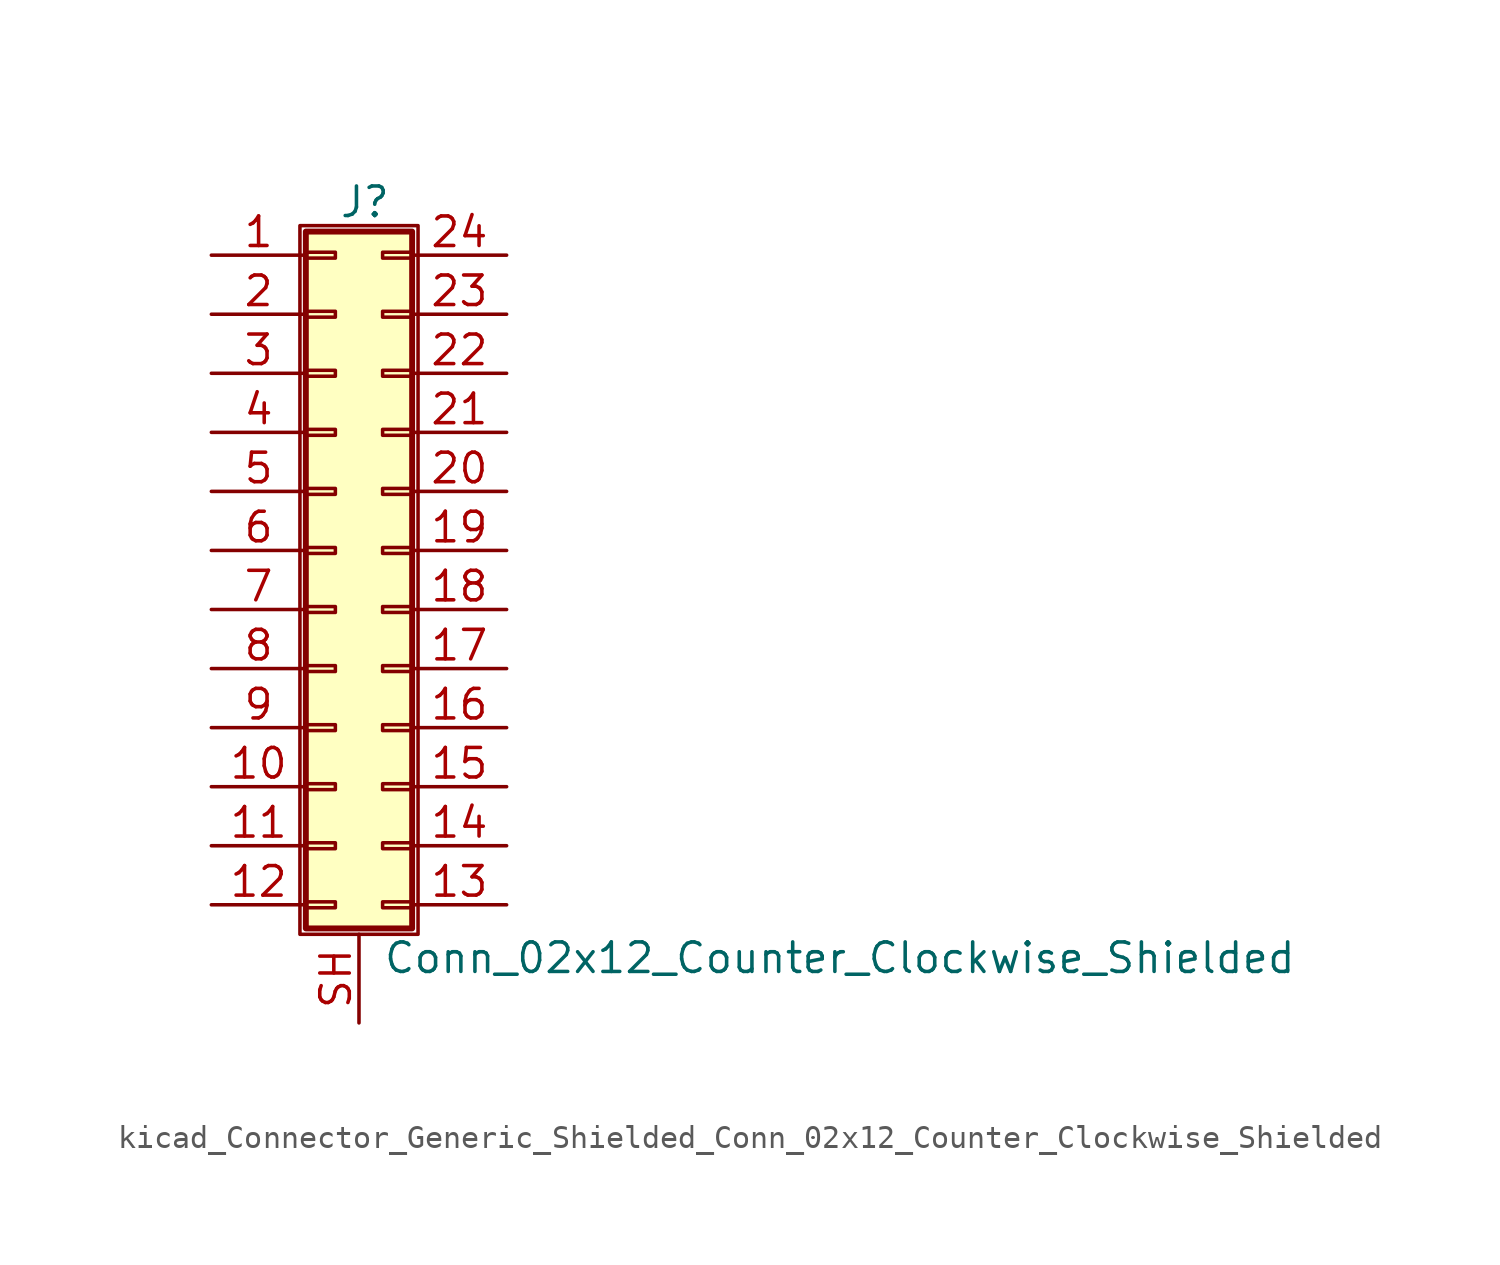
<source format=kicad_sym>
(kicad_symbol_lib
  (version 20220914)
  (generator kicad_symbol_editor)
  (symbol "kicad_Connector_Generic_Shielded_Conn_02x12_Counter_Clockwise_Shielded"
    (pin_names
      (offset 1.016) hide)
    (property "Reference" "J"
      (at 1.524 14.986 0)
      (effects (font (size 1.27 1.27))))
    (property "Value" "Conn_02x12_Counter_Clockwise_Shielded"
      (at 2.286 -17.526 0)
      (effects (font (size 1.27 1.27)) (justify left)))
    (symbol "kicad_Connector_Generic_Shielded_Conn_02x12_Counter_Clockwise_Shielded_1_1"
      (rectangle (start -1.27 13.97) (end 3.81 -16.51) (stroke (width 0.152) (type default)) (fill (type none)))
      (rectangle (start -1.016 -15.113) (end 0.254 -15.367) (stroke (width 0.152) (type default)) (fill (type none)))
      (rectangle (start -1.016 -12.573) (end 0.254 -12.827) (stroke (width 0.152) (type default)) (fill (type none)))
      (rectangle (start -1.016 -10.033) (end 0.254 -10.287) (stroke (width 0.152) (type default)) (fill (type none)))
      (rectangle (start -1.016 -7.493) (end 0.254 -7.747) (stroke (width 0.152) (type default)) (fill (type none)))
      (rectangle (start -1.016 -4.953) (end 0.254 -5.207) (stroke (width 0.152) (type default)) (fill (type none)))
      (rectangle (start -1.016 -2.413) (end 0.254 -2.667) (stroke (width 0.152) (type default)) (fill (type none)))
      (rectangle (start -1.016 0.127) (end 0.254 -0.127) (stroke (width 0.152) (type default)) (fill (type none)))
      (rectangle (start -1.016 2.667) (end 0.254 2.413) (stroke (width 0.152) (type default)) (fill (type none)))
      (rectangle (start -1.016 5.207) (end 0.254 4.953) (stroke (width 0.152) (type default)) (fill (type none)))
      (rectangle (start -1.016 7.747) (end 0.254 7.493) (stroke (width 0.152) (type default)) (fill (type none)))
      (rectangle (start -1.016 10.287) (end 0.254 10.033) (stroke (width 0.152) (type default)) (fill (type none)))
      (rectangle (start -1.016 12.827) (end 0.254 12.573) (stroke (width 0.152) (type default)) (fill (type none)))
      (rectangle (start -1.016 13.716) (end 3.556 -16.256) (stroke (width 0.254) (type default)) (fill (type background)))
      (rectangle (start 3.556 -15.113) (end 2.286 -15.367) (stroke (width 0.152) (type default)) (fill (type none)))
      (rectangle (start 3.556 -12.573) (end 2.286 -12.827) (stroke (width 0.152) (type default)) (fill (type none)))
      (rectangle (start 3.556 -10.033) (end 2.286 -10.287) (stroke (width 0.152) (type default)) (fill (type none)))
      (rectangle (start 3.556 -7.493) (end 2.286 -7.747) (stroke (width 0.152) (type default)) (fill (type none)))
      (rectangle (start 3.556 -4.953) (end 2.286 -5.207) (stroke (width 0.152) (type default)) (fill (type none)))
      (rectangle (start 3.556 -2.413) (end 2.286 -2.667) (stroke (width 0.152) (type default)) (fill (type none)))
      (rectangle (start 3.556 0.127) (end 2.286 -0.127) (stroke (width 0.152) (type default)) (fill (type none)))
      (rectangle (start 3.556 2.667) (end 2.286 2.413) (stroke (width 0.152) (type default)) (fill (type none)))
      (rectangle (start 3.556 5.207) (end 2.286 4.953) (stroke (width 0.152) (type default)) (fill (type none)))
      (rectangle (start 3.556 7.747) (end 2.286 7.493) (stroke (width 0.152) (type default)) (fill (type none)))
      (rectangle (start 3.556 10.287) (end 2.286 10.033) (stroke (width 0.152) (type default)) (fill (type none)))
      (rectangle (start 3.556 12.827) (end 2.286 12.573) (stroke (width 0.152) (type default)) (fill (type none)))
      (pin passive line (at -5.08 12.7 0) (length 4.064) (name "Pin_1" (effects (font (size 1.27 1.27)))) (number "1" (effects (font (size 1.27 1.27)))))
      (pin passive line (at -5.08 -10.16 0) (length 4.064) (name "Pin_10" (effects (font (size 1.27 1.27)))) (number "10" (effects (font (size 1.27 1.27)))))
      (pin passive line (at -5.08 -12.7 0) (length 4.064) (name "Pin_11" (effects (font (size 1.27 1.27)))) (number "11" (effects (font (size 1.27 1.27)))))
      (pin passive line (at -5.08 -15.24 0) (length 4.064) (name "Pin_12" (effects (font (size 1.27 1.27)))) (number "12" (effects (font (size 1.27 1.27)))))
      (pin passive line (at 7.62 -15.24 180) (length 4.064) (name "Pin_13" (effects (font (size 1.27 1.27)))) (number "13" (effects (font (size 1.27 1.27)))))
      (pin passive line (at 7.62 -12.7 180) (length 4.064) (name "Pin_14" (effects (font (size 1.27 1.27)))) (number "14" (effects (font (size 1.27 1.27)))))
      (pin passive line (at 7.62 -10.16 180) (length 4.064) (name "Pin_15" (effects (font (size 1.27 1.27)))) (number "15" (effects (font (size 1.27 1.27)))))
      (pin passive line (at 7.62 -7.62 180) (length 4.064) (name "Pin_16" (effects (font (size 1.27 1.27)))) (number "16" (effects (font (size 1.27 1.27)))))
      (pin passive line (at 7.62 -5.08 180) (length 4.064) (name "Pin_17" (effects (font (size 1.27 1.27)))) (number "17" (effects (font (size 1.27 1.27)))))
      (pin passive line (at 7.62 -2.54 180) (length 4.064) (name "Pin_18" (effects (font (size 1.27 1.27)))) (number "18" (effects (font (size 1.27 1.27)))))
      (pin passive line (at 7.62 0 180) (length 4.064) (name "Pin_19" (effects (font (size 1.27 1.27)))) (number "19" (effects (font (size 1.27 1.27)))))
      (pin passive line (at -5.08 10.16 0) (length 4.064) (name "Pin_2" (effects (font (size 1.27 1.27)))) (number "2" (effects (font (size 1.27 1.27)))))
      (pin passive line (at 7.62 2.54 180) (length 4.064) (name "Pin_20" (effects (font (size 1.27 1.27)))) (number "20" (effects (font (size 1.27 1.27)))))
      (pin passive line (at 7.62 5.08 180) (length 4.064) (name "Pin_21" (effects (font (size 1.27 1.27)))) (number "21" (effects (font (size 1.27 1.27)))))
      (pin passive line (at 7.62 7.62 180) (length 4.064) (name "Pin_22" (effects (font (size 1.27 1.27)))) (number "22" (effects (font (size 1.27 1.27)))))
      (pin passive line (at 7.62 10.16 180) (length 4.064) (name "Pin_23" (effects (font (size 1.27 1.27)))) (number "23" (effects (font (size 1.27 1.27)))))
      (pin passive line (at 7.62 12.7 180) (length 4.064) (name "Pin_24" (effects (font (size 1.27 1.27)))) (number "24" (effects (font (size 1.27 1.27)))))
      (pin passive line (at -5.08 7.62 0) (length 4.064) (name "Pin_3" (effects (font (size 1.27 1.27)))) (number "3" (effects (font (size 1.27 1.27)))))
      (pin passive line (at -5.08 5.08 0) (length 4.064) (name "Pin_4" (effects (font (size 1.27 1.27)))) (number "4" (effects (font (size 1.27 1.27)))))
      (pin passive line (at -5.08 2.54 0) (length 4.064) (name "Pin_5" (effects (font (size 1.27 1.27)))) (number "5" (effects (font (size 1.27 1.27)))))
      (pin passive line (at -5.08 0 0) (length 4.064) (name "Pin_6" (effects (font (size 1.27 1.27)))) (number "6" (effects (font (size 1.27 1.27)))))
      (pin passive line (at -5.08 -2.54 0) (length 4.064) (name "Pin_7" (effects (font (size 1.27 1.27)))) (number "7" (effects (font (size 1.27 1.27)))))
      (pin passive line (at -5.08 -5.08 0) (length 4.064) (name "Pin_8" (effects (font (size 1.27 1.27)))) (number "8" (effects (font (size 1.27 1.27)))))
      (pin passive line (at -5.08 -7.62 0) (length 4.064) (name "Pin_9" (effects (font (size 1.27 1.27)))) (number "9" (effects (font (size 1.27 1.27)))))
      (pin passive line (at 1.27 -20.32 90) (length 3.81) (name "Shield" (effects (font (size 1.27 1.27)))) (number "SH" (effects (font (size 1.27 1.27))))))))
</source>
